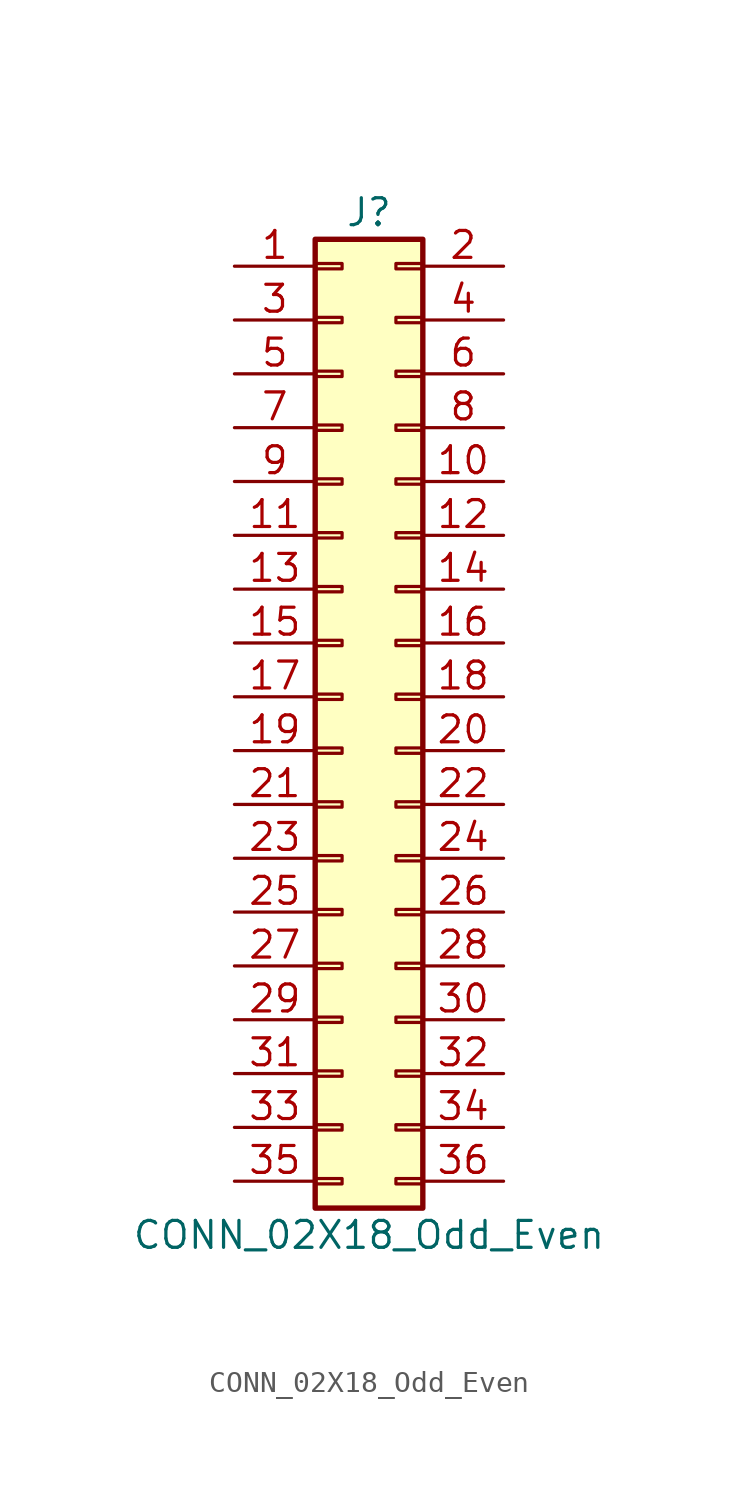
<source format=kicad_sym>
(kicad_symbol_lib
  (version 20211014)
  (generator kicad_symbol_editor)
  (symbol "CONN_02X18_Odd_Even"
    (pin_names
      (offset 1.016) hide)
    (property "Reference" "J"
      (at 1.27 22.86 0)
      (effects (font (size 1.27 1.27))))
    (property "Value" "CONN_02X18_Odd_Even"
      (at 1.27 -25.4 0)
      (effects (font (size 1.27 1.27))))
    (symbol "CONN_02X18_Odd_Even_1_1"
      (rectangle (start -1.27 -22.733) (end 0 -22.987) (stroke (width 0.152) (type default) (color 0 0 0 0)) (fill (type none)))
      (rectangle (start -1.27 -20.193) (end 0 -20.447) (stroke (width 0.152) (type default) (color 0 0 0 0)) (fill (type none)))
      (rectangle (start -1.27 -17.653) (end 0 -17.907) (stroke (width 0.152) (type default) (color 0 0 0 0)) (fill (type none)))
      (rectangle (start -1.27 -15.113) (end 0 -15.367) (stroke (width 0.152) (type default) (color 0 0 0 0)) (fill (type none)))
      (rectangle (start -1.27 -12.573) (end 0 -12.827) (stroke (width 0.152) (type default) (color 0 0 0 0)) (fill (type none)))
      (rectangle (start -1.27 -10.033) (end 0 -10.287) (stroke (width 0.152) (type default) (color 0 0 0 0)) (fill (type none)))
      (rectangle (start -1.27 -7.493) (end 0 -7.747) (stroke (width 0.152) (type default) (color 0 0 0 0)) (fill (type none)))
      (rectangle (start -1.27 -4.953) (end 0 -5.207) (stroke (width 0.152) (type default) (color 0 0 0 0)) (fill (type none)))
      (rectangle (start -1.27 -2.413) (end 0 -2.667) (stroke (width 0.152) (type default) (color 0 0 0 0)) (fill (type none)))
      (rectangle (start -1.27 0.127) (end 0 -0.127) (stroke (width 0.152) (type default) (color 0 0 0 0)) (fill (type none)))
      (rectangle (start -1.27 2.667) (end 0 2.413) (stroke (width 0.152) (type default) (color 0 0 0 0)) (fill (type none)))
      (rectangle (start -1.27 5.207) (end 0 4.953) (stroke (width 0.152) (type default) (color 0 0 0 0)) (fill (type none)))
      (rectangle (start -1.27 7.747) (end 0 7.493) (stroke (width 0.152) (type default) (color 0 0 0 0)) (fill (type none)))
      (rectangle (start -1.27 10.287) (end 0 10.033) (stroke (width 0.152) (type default) (color 0 0 0 0)) (fill (type none)))
      (rectangle (start -1.27 12.827) (end 0 12.573) (stroke (width 0.152) (type default) (color 0 0 0 0)) (fill (type none)))
      (rectangle (start -1.27 15.367) (end 0 15.113) (stroke (width 0.152) (type default) (color 0 0 0 0)) (fill (type none)))
      (rectangle (start -1.27 17.907) (end 0 17.653) (stroke (width 0.152) (type default) (color 0 0 0 0)) (fill (type none)))
      (rectangle (start -1.27 20.447) (end 0 20.193) (stroke (width 0.152) (type default) (color 0 0 0 0)) (fill (type none)))
      (rectangle (start -1.27 21.59) (end 3.81 -24.13) (stroke (width 0.254) (type default) (color 0 0 0 0)) (fill (type background)))
      (rectangle (start 3.81 -22.733) (end 2.54 -22.987) (stroke (width 0.152) (type default) (color 0 0 0 0)) (fill (type none)))
      (rectangle (start 3.81 -20.193) (end 2.54 -20.447) (stroke (width 0.152) (type default) (color 0 0 0 0)) (fill (type none)))
      (rectangle (start 3.81 -17.653) (end 2.54 -17.907) (stroke (width 0.152) (type default) (color 0 0 0 0)) (fill (type none)))
      (rectangle (start 3.81 -15.113) (end 2.54 -15.367) (stroke (width 0.152) (type default) (color 0 0 0 0)) (fill (type none)))
      (rectangle (start 3.81 -12.573) (end 2.54 -12.827) (stroke (width 0.152) (type default) (color 0 0 0 0)) (fill (type none)))
      (rectangle (start 3.81 -10.033) (end 2.54 -10.287) (stroke (width 0.152) (type default) (color 0 0 0 0)) (fill (type none)))
      (rectangle (start 3.81 -7.493) (end 2.54 -7.747) (stroke (width 0.152) (type default) (color 0 0 0 0)) (fill (type none)))
      (rectangle (start 3.81 -4.953) (end 2.54 -5.207) (stroke (width 0.152) (type default) (color 0 0 0 0)) (fill (type none)))
      (rectangle (start 3.81 -2.413) (end 2.54 -2.667) (stroke (width 0.152) (type default) (color 0 0 0 0)) (fill (type none)))
      (rectangle (start 3.81 0.127) (end 2.54 -0.127) (stroke (width 0.152) (type default) (color 0 0 0 0)) (fill (type none)))
      (rectangle (start 3.81 2.667) (end 2.54 2.413) (stroke (width 0.152) (type default) (color 0 0 0 0)) (fill (type none)))
      (rectangle (start 3.81 5.207) (end 2.54 4.953) (stroke (width 0.152) (type default) (color 0 0 0 0)) (fill (type none)))
      (rectangle (start 3.81 7.747) (end 2.54 7.493) (stroke (width 0.152) (type default) (color 0 0 0 0)) (fill (type none)))
      (rectangle (start 3.81 10.287) (end 2.54 10.033) (stroke (width 0.152) (type default) (color 0 0 0 0)) (fill (type none)))
      (rectangle (start 3.81 12.827) (end 2.54 12.573) (stroke (width 0.152) (type default) (color 0 0 0 0)) (fill (type none)))
      (rectangle (start 3.81 15.367) (end 2.54 15.113) (stroke (width 0.152) (type default) (color 0 0 0 0)) (fill (type none)))
      (rectangle (start 3.81 17.907) (end 2.54 17.653) (stroke (width 0.152) (type default) (color 0 0 0 0)) (fill (type none)))
      (rectangle (start 3.81 20.447) (end 2.54 20.193) (stroke (width 0.152) (type default) (color 0 0 0 0)) (fill (type none)))
      (pin passive line (at -5.08 20.32 0) (length 3.81) (name "Pin_1" (effects (font (size 1.27 1.27)))) (number "1" (effects (font (size 1.27 1.27)))))
      (pin passive line (at 7.62 10.16 180) (length 3.81) (name "Pin_10" (effects (font (size 1.27 1.27)))) (number "10" (effects (font (size 1.27 1.27)))))
      (pin passive line (at -5.08 7.62 0) (length 3.81) (name "Pin_11" (effects (font (size 1.27 1.27)))) (number "11" (effects (font (size 1.27 1.27)))))
      (pin passive line (at 7.62 7.62 180) (length 3.81) (name "Pin_12" (effects (font (size 1.27 1.27)))) (number "12" (effects (font (size 1.27 1.27)))))
      (pin passive line (at -5.08 5.08 0) (length 3.81) (name "Pin_13" (effects (font (size 1.27 1.27)))) (number "13" (effects (font (size 1.27 1.27)))))
      (pin passive line (at 7.62 5.08 180) (length 3.81) (name "Pin_14" (effects (font (size 1.27 1.27)))) (number "14" (effects (font (size 1.27 1.27)))))
      (pin passive line (at -5.08 2.54 0) (length 3.81) (name "Pin_15" (effects (font (size 1.27 1.27)))) (number "15" (effects (font (size 1.27 1.27)))))
      (pin passive line (at 7.62 2.54 180) (length 3.81) (name "Pin_16" (effects (font (size 1.27 1.27)))) (number "16" (effects (font (size 1.27 1.27)))))
      (pin passive line (at -5.08 0 0) (length 3.81) (name "Pin_17" (effects (font (size 1.27 1.27)))) (number "17" (effects (font (size 1.27 1.27)))))
      (pin passive line (at 7.62 0 180) (length 3.81) (name "Pin_18" (effects (font (size 1.27 1.27)))) (number "18" (effects (font (size 1.27 1.27)))))
      (pin passive line (at -5.08 -2.54 0) (length 3.81) (name "Pin_19" (effects (font (size 1.27 1.27)))) (number "19" (effects (font (size 1.27 1.27)))))
      (pin passive line (at 7.62 20.32 180) (length 3.81) (name "Pin_2" (effects (font (size 1.27 1.27)))) (number "2" (effects (font (size 1.27 1.27)))))
      (pin passive line (at 7.62 -2.54 180) (length 3.81) (name "Pin_20" (effects (font (size 1.27 1.27)))) (number "20" (effects (font (size 1.27 1.27)))))
      (pin passive line (at -5.08 -5.08 0) (length 3.81) (name "Pin_21" (effects (font (size 1.27 1.27)))) (number "21" (effects (font (size 1.27 1.27)))))
      (pin passive line (at 7.62 -5.08 180) (length 3.81) (name "Pin_22" (effects (font (size 1.27 1.27)))) (number "22" (effects (font (size 1.27 1.27)))))
      (pin passive line (at -5.08 -7.62 0) (length 3.81) (name "Pin_23" (effects (font (size 1.27 1.27)))) (number "23" (effects (font (size 1.27 1.27)))))
      (pin passive line (at 7.62 -7.62 180) (length 3.81) (name "Pin_24" (effects (font (size 1.27 1.27)))) (number "24" (effects (font (size 1.27 1.27)))))
      (pin passive line (at -5.08 -10.16 0) (length 3.81) (name "Pin_25" (effects (font (size 1.27 1.27)))) (number "25" (effects (font (size 1.27 1.27)))))
      (pin passive line (at 7.62 -10.16 180) (length 3.81) (name "Pin_26" (effects (font (size 1.27 1.27)))) (number "26" (effects (font (size 1.27 1.27)))))
      (pin passive line (at -5.08 -12.7 0) (length 3.81) (name "Pin_27" (effects (font (size 1.27 1.27)))) (number "27" (effects (font (size 1.27 1.27)))))
      (pin passive line (at 7.62 -12.7 180) (length 3.81) (name "Pin_28" (effects (font (size 1.27 1.27)))) (number "28" (effects (font (size 1.27 1.27)))))
      (pin passive line (at -5.08 -15.24 0) (length 3.81) (name "Pin_29" (effects (font (size 1.27 1.27)))) (number "29" (effects (font (size 1.27 1.27)))))
      (pin passive line (at -5.08 17.78 0) (length 3.81) (name "Pin_3" (effects (font (size 1.27 1.27)))) (number "3" (effects (font (size 1.27 1.27)))))
      (pin passive line (at 7.62 -15.24 180) (length 3.81) (name "Pin_30" (effects (font (size 1.27 1.27)))) (number "30" (effects (font (size 1.27 1.27)))))
      (pin passive line (at -5.08 -17.78 0) (length 3.81) (name "Pin_31" (effects (font (size 1.27 1.27)))) (number "31" (effects (font (size 1.27 1.27)))))
      (pin passive line (at 7.62 -17.78 180) (length 3.81) (name "Pin_32" (effects (font (size 1.27 1.27)))) (number "32" (effects (font (size 1.27 1.27)))))
      (pin passive line (at -5.08 -20.32 0) (length 3.81) (name "Pin_33" (effects (font (size 1.27 1.27)))) (number "33" (effects (font (size 1.27 1.27)))))
      (pin passive line (at 7.62 -20.32 180) (length 3.81) (name "Pin_34" (effects (font (size 1.27 1.27)))) (number "34" (effects (font (size 1.27 1.27)))))
      (pin passive line (at -5.08 -22.86 0) (length 3.81) (name "Pin_35" (effects (font (size 1.27 1.27)))) (number "35" (effects (font (size 1.27 1.27)))))
      (pin passive line (at 7.62 -22.86 180) (length 3.81) (name "Pin_36" (effects (font (size 1.27 1.27)))) (number "36" (effects (font (size 1.27 1.27)))))
      (pin passive line (at 7.62 17.78 180) (length 3.81) (name "Pin_4" (effects (font (size 1.27 1.27)))) (number "4" (effects (font (size 1.27 1.27)))))
      (pin passive line (at -5.08 15.24 0) (length 3.81) (name "Pin_5" (effects (font (size 1.27 1.27)))) (number "5" (effects (font (size 1.27 1.27)))))
      (pin passive line (at 7.62 15.24 180) (length 3.81) (name "Pin_6" (effects (font (size 1.27 1.27)))) (number "6" (effects (font (size 1.27 1.27)))))
      (pin passive line (at -5.08 12.7 0) (length 3.81) (name "Pin_7" (effects (font (size 1.27 1.27)))) (number "7" (effects (font (size 1.27 1.27)))))
      (pin passive line (at 7.62 12.7 180) (length 3.81) (name "Pin_8" (effects (font (size 1.27 1.27)))) (number "8" (effects (font (size 1.27 1.27)))))
      (pin passive line (at -5.08 10.16 0) (length 3.81) (name "Pin_9" (effects (font (size 1.27 1.27)))) (number "9" (effects (font (size 1.27 1.27))))))))
</source>
